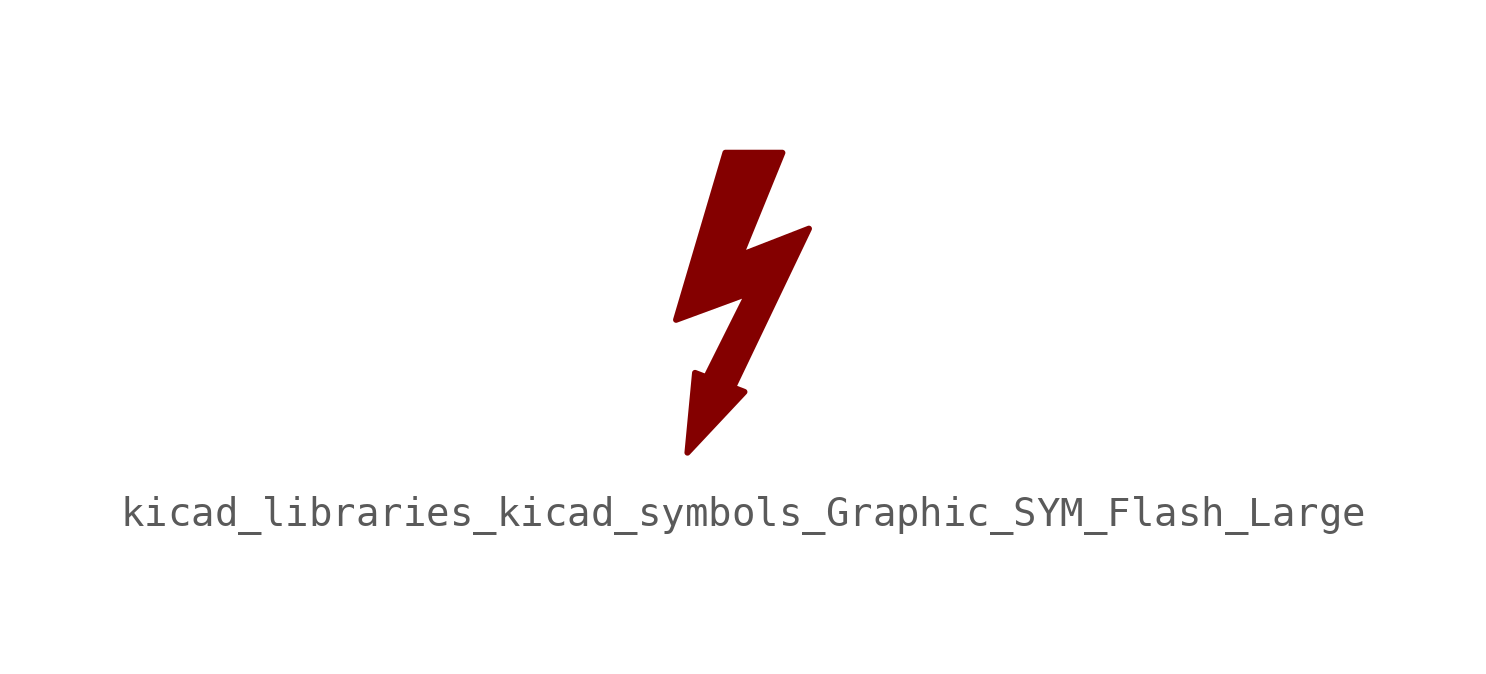
<source format=kicad_sym>
(kicad_symbol_lib
  (version 20220914)
  (generator kicad_symbol_editor)
  (symbol "kicad_libraries_kicad_symbols_Graphic_SYM_Flash_Large"
    (property "Reference" "#SYM"
      (at -3.81 0 90)
      (effects (font (size 1.27 1.27)) hide))
    (symbol "kicad_libraries_kicad_symbols_Graphic_SYM_Flash_Large_0_1"
      (polyline (pts (xy 0.127 -3.556) (xy -1.524 -2.921) (xy -1.778 -5.588) (xy 0.127 -3.556)) (stroke (width 0.203) (type default)) (fill (type outline)))
      (polyline (pts (xy -0.508 4.445) (xy 1.397 4.445) (xy 0 1.016) (xy 2.286 1.905) (xy -0.508 -3.937) (xy -1.397 -3.556) (xy 0.254 -0.254) (xy -2.159 -1.143) (xy -0.508 4.445)) (stroke (width 0.203) (type default)) (fill (type outline))))))
</source>
